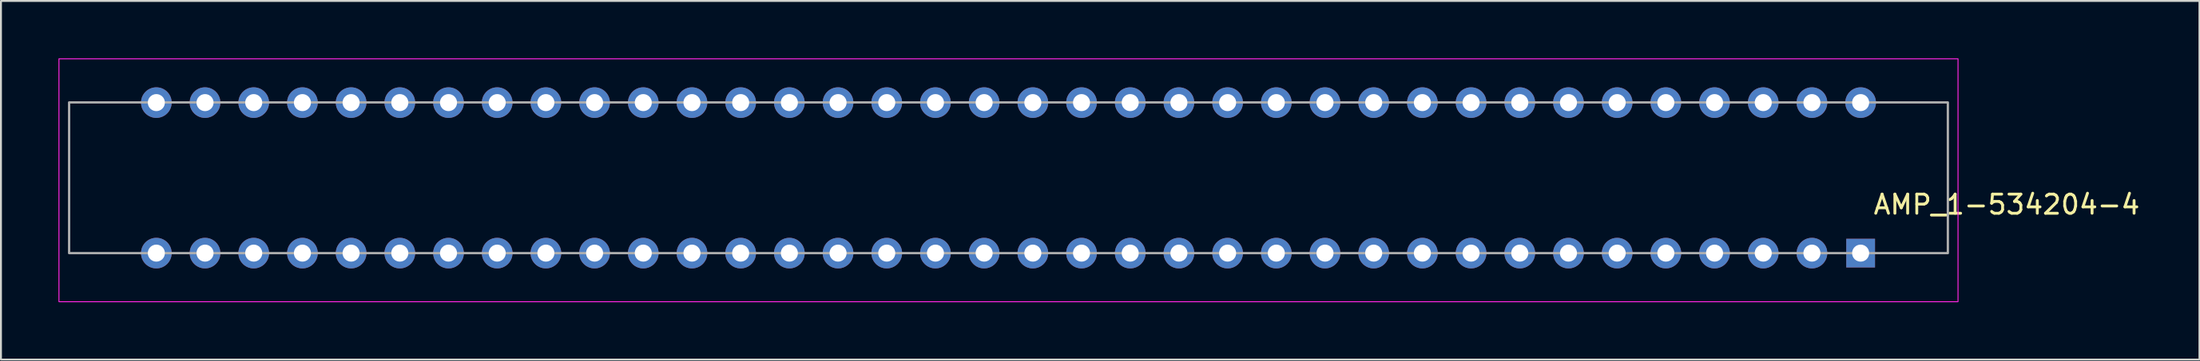
<source format=kicad_pcb>
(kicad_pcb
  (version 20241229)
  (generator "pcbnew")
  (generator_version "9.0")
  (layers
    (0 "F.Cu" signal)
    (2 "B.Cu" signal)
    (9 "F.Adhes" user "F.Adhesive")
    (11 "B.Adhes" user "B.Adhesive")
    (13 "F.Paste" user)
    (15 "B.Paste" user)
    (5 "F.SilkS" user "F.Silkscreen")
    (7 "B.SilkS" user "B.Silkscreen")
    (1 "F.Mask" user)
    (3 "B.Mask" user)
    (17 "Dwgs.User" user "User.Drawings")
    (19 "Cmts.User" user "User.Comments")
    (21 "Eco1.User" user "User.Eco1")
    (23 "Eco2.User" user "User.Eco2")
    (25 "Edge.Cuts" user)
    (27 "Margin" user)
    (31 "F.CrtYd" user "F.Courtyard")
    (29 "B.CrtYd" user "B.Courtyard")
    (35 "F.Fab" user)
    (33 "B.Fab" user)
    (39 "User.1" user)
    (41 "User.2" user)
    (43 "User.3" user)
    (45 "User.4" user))
  (footprint "AMP_1-534204-4"
    (layer "F.Cu")
    (at 94.005 10.185)
    (property "Reference" "AMP_1-534204-4" (at 7.62 -2.54 0) (unlocked yes) (layer "F.SilkS") (effects (font (size 1 1) (thickness 0.15))))
    (attr through_hole)
    (fp_rect (start -93.98 -10.16) (end 5.08 2.54) (stroke (width 0.05) (type default)) (fill no) (layer "F.CrtYd"))
    (fp_rect (start -93.45 -7.88) (end 4.55 0) (stroke (width 0.12) (type default)) (fill no) (layer "F.Fab"))
    (pad "1" thru_hole rect (at 0 0) (size 1.5 1.5) (drill 0.89) (layers "*.Cu" "*.Mask"))
    (pad "2" thru_hole circle (at 0 -7.87) (size 1.6 1.6) (drill 0.89) (layers "*.Cu" "*.Mask"))
    (pad "3" thru_hole circle (at -2.54 0) (size 1.6 1.6) (drill 0.89) (layers "*.Cu" "*.Mask"))
    (pad "4" thru_hole circle (at -2.54 -7.87) (size 1.6 1.6) (drill 0.89) (layers "*.Cu" "*.Mask"))
    (pad "5" thru_hole circle (at -5.08 0) (size 1.6 1.6) (drill 0.89) (layers "*.Cu" "*.Mask"))
    (pad "6" thru_hole circle (at -5.08 -7.87) (size 1.6 1.6) (drill 0.89) (layers "*.Cu" "*.Mask"))
    (pad "7" thru_hole circle (at -7.62 0) (size 1.6 1.6) (drill 0.89) (layers "*.Cu" "*.Mask"))
    (pad "8" thru_hole circle (at -7.62 -7.87) (size 1.6 1.6) (drill 0.89) (layers "*.Cu" "*.Mask"))
    (pad "9" thru_hole circle (at -10.16 0) (size 1.6 1.6) (drill 0.89) (layers "*.Cu" "*.Mask"))
    (pad "10" thru_hole circle (at -10.16 -7.87) (size 1.6 1.6) (drill 0.89) (layers "*.Cu" "*.Mask"))
    (pad "11" thru_hole circle (at -12.7 0) (size 1.6 1.6) (drill 0.89) (layers "*.Cu" "*.Mask"))
    (pad "12" thru_hole circle (at -12.7 -7.87) (size 1.6 1.6) (drill 0.89) (layers "*.Cu" "*.Mask"))
    (pad "13" thru_hole circle (at -15.24 0) (size 1.6 1.6) (drill 0.89) (layers "*.Cu" "*.Mask"))
    (pad "14" thru_hole circle (at -15.24 -7.87) (size 1.6 1.6) (drill 0.89) (layers "*.Cu" "*.Mask"))
    (pad "15" thru_hole circle (at -17.78 0) (size 1.6 1.6) (drill 0.89) (layers "*.Cu" "*.Mask"))
    (pad "16" thru_hole circle (at -17.78 -7.87) (size 1.6 1.6) (drill 0.89) (layers "*.Cu" "*.Mask"))
    (pad "17" thru_hole circle (at -20.32 0) (size 1.6 1.6) (drill 0.89) (layers "*.Cu" "*.Mask"))
    (pad "18" thru_hole circle (at -20.32 -7.87) (size 1.6 1.6) (drill 0.89) (layers "*.Cu" "*.Mask"))
    (pad "19" thru_hole circle (at -22.86 0) (size 1.6 1.6) (drill 0.89) (layers "*.Cu" "*.Mask"))
    (pad "20" thru_hole circle (at -22.86 -7.87) (size 1.6 1.6) (drill 0.89) (layers "*.Cu" "*.Mask"))
    (pad "21" thru_hole circle (at -25.4 0) (size 1.6 1.6) (drill 0.89) (layers "*.Cu" "*.Mask"))
    (pad "22" thru_hole circle (at -25.4 -7.87) (size 1.6 1.6) (drill 0.89) (layers "*.Cu" "*.Mask"))
    (pad "23" thru_hole circle (at -27.94 0) (size 1.6 1.6) (drill 0.89) (layers "*.Cu" "*.Mask"))
    (pad "24" thru_hole circle (at -27.94 -7.87) (size 1.6 1.6) (drill 0.89) (layers "*.Cu" "*.Mask"))
    (pad "25" thru_hole circle (at -30.48 0) (size 1.6 1.6) (drill 0.89) (layers "*.Cu" "*.Mask"))
    (pad "26" thru_hole circle (at -30.48 -7.87) (size 1.6 1.6) (drill 0.89) (layers "*.Cu" "*.Mask"))
    (pad "27" thru_hole circle (at -33.02 0) (size 1.6 1.6) (drill 0.89) (layers "*.Cu" "*.Mask"))
    (pad "28" thru_hole circle (at -33.02 -7.87) (size 1.6 1.6) (drill 0.89) (layers "*.Cu" "*.Mask"))
    (pad "29" thru_hole circle (at -35.56 0) (size 1.6 1.6) (drill 0.89) (layers "*.Cu" "*.Mask"))
    (pad "30" thru_hole circle (at -35.56 -7.87) (size 1.6 1.6) (drill 0.89) (layers "*.Cu" "*.Mask"))
    (pad "31" thru_hole circle (at -38.1 0) (size 1.6 1.6) (drill 0.89) (layers "*.Cu" "*.Mask"))
    (pad "32" thru_hole circle (at -38.1 -7.87) (size 1.6 1.6) (drill 0.89) (layers "*.Cu" "*.Mask"))
    (pad "33" thru_hole circle (at -40.64 0) (size 1.6 1.6) (drill 0.89) (layers "*.Cu" "*.Mask"))
    (pad "34" thru_hole circle (at -40.64 -7.87) (size 1.6 1.6) (drill 0.89) (layers "*.Cu" "*.Mask"))
    (pad "35" thru_hole circle (at -43.18 0) (size 1.6 1.6) (drill 0.89) (layers "*.Cu" "*.Mask"))
    (pad "36" thru_hole circle (at -43.18 -7.87) (size 1.6 1.6) (drill 0.89) (layers "*.Cu" "*.Mask"))
    (pad "37" thru_hole circle (at -45.72 0) (size 1.6 1.6) (drill 0.89) (layers "*.Cu" "*.Mask"))
    (pad "38" thru_hole circle (at -45.72 -7.87) (size 1.6 1.6) (drill 0.89) (layers "*.Cu" "*.Mask"))
    (pad "39" thru_hole circle (at -48.26 0) (size 1.6 1.6) (drill 0.89) (layers "*.Cu" "*.Mask"))
    (pad "40" thru_hole circle (at -48.26 -7.87) (size 1.6 1.6) (drill 0.89) (layers "*.Cu" "*.Mask"))
    (pad "41" thru_hole circle (at -50.8 0) (size 1.6 1.6) (drill 0.89) (layers "*.Cu" "*.Mask"))
    (pad "42" thru_hole circle (at -50.8 -7.87) (size 1.6 1.6) (drill 0.89) (layers "*.Cu" "*.Mask"))
    (pad "43" thru_hole circle (at -53.34 0) (size 1.6 1.6) (drill 0.89) (layers "*.Cu" "*.Mask"))
    (pad "44" thru_hole circle (at -53.34 -7.87) (size 1.6 1.6) (drill 0.89) (layers "*.Cu" "*.Mask"))
    (pad "45" thru_hole circle (at -55.88 0) (size 1.6 1.6) (drill 0.89) (layers "*.Cu" "*.Mask"))
    (pad "46" thru_hole circle (at -55.88 -7.87) (size 1.6 1.6) (drill 0.89) (layers "*.Cu" "*.Mask"))
    (pad "47" thru_hole circle (at -58.42 0) (size 1.6 1.6) (drill 0.89) (layers "*.Cu" "*.Mask"))
    (pad "48" thru_hole circle (at -58.42 -7.87) (size 1.6 1.6) (drill 0.89) (layers "*.Cu" "*.Mask"))
    (pad "49" thru_hole circle (at -60.96 0) (size 1.6 1.6) (drill 0.89) (layers "*.Cu" "*.Mask"))
    (pad "50" thru_hole circle (at -60.96 -7.87) (size 1.6 1.6) (drill 0.89) (layers "*.Cu" "*.Mask"))
    (pad "51" thru_hole circle (at -63.5 0) (size 1.6 1.6) (drill 0.89) (layers "*.Cu" "*.Mask"))
    (pad "52" thru_hole circle (at -63.5 -7.87) (size 1.6 1.6) (drill 0.89) (layers "*.Cu" "*.Mask"))
    (pad "53" thru_hole circle (at -66.04 0) (size 1.6 1.6) (drill 0.89) (layers "*.Cu" "*.Mask"))
    (pad "54" thru_hole circle (at -66.04 -7.87) (size 1.6 1.6) (drill 0.89) (layers "*.Cu" "*.Mask"))
    (pad "55" thru_hole circle (at -68.58 0) (size 1.6 1.6) (drill 0.89) (layers "*.Cu" "*.Mask"))
    (pad "56" thru_hole circle (at -68.58 -7.87) (size 1.6 1.6) (drill 0.89) (layers "*.Cu" "*.Mask"))
    (pad "57" thru_hole circle (at -71.12 0) (size 1.6 1.6) (drill 0.89) (layers "*.Cu" "*.Mask"))
    (pad "58" thru_hole circle (at -71.12 -7.87) (size 1.6 1.6) (drill 0.89) (layers "*.Cu" "*.Mask"))
    (pad "59" thru_hole circle (at -73.66 0) (size 1.6 1.6) (drill 0.89) (layers "*.Cu" "*.Mask"))
    (pad "60" thru_hole circle (at -73.66 -7.87) (size 1.6 1.6) (drill 0.89) (layers "*.Cu" "*.Mask"))
    (pad "61" thru_hole circle (at -76.2 0) (size 1.6 1.6) (drill 0.89) (layers "*.Cu" "*.Mask"))
    (pad "62" thru_hole circle (at -76.2 -7.87) (size 1.6 1.6) (drill 0.89) (layers "*.Cu" "*.Mask"))
    (pad "63" thru_hole circle (at -78.74 0) (size 1.6 1.6) (drill 0.89) (layers "*.Cu" "*.Mask"))
    (pad "64" thru_hole circle (at -78.74 -7.87) (size 1.6 1.6) (drill 0.89) (layers "*.Cu" "*.Mask"))
    (pad "65" thru_hole circle (at -81.28 0) (size 1.6 1.6) (drill 0.89) (layers "*.Cu" "*.Mask"))
    (pad "66" thru_hole circle (at -81.28 -7.87) (size 1.6 1.6) (drill 0.89) (layers "*.Cu" "*.Mask"))
    (pad "67" thru_hole circle (at -83.82 0) (size 1.6 1.6) (drill 0.89) (layers "*.Cu" "*.Mask"))
    (pad "68" thru_hole circle (at -83.82 -7.87) (size 1.6 1.6) (drill 0.89) (layers "*.Cu" "*.Mask"))
    (pad "69" thru_hole circle (at -86.36 0) (size 1.6 1.6) (drill 0.89) (layers "*.Cu" "*.Mask"))
    (pad "70" thru_hole circle (at -86.36 -7.87) (size 1.6 1.6) (drill 0.89) (layers "*.Cu" "*.Mask"))
    (pad "71" thru_hole circle (at -88.9 0) (size 1.6 1.6) (drill 0.89) (layers "*.Cu" "*.Mask"))
    (pad "72" thru_hole circle (at -88.9 -7.87) (size 1.6 1.6) (drill 0.89) (layers "*.Cu" "*.Mask")))
  (gr_rect
    (start -3 -3)
    (end 111.679 15.75)
    (stroke (width 0.1) (type default))
    (fill no)
    (layer "Edge.Cuts")))
</source>
